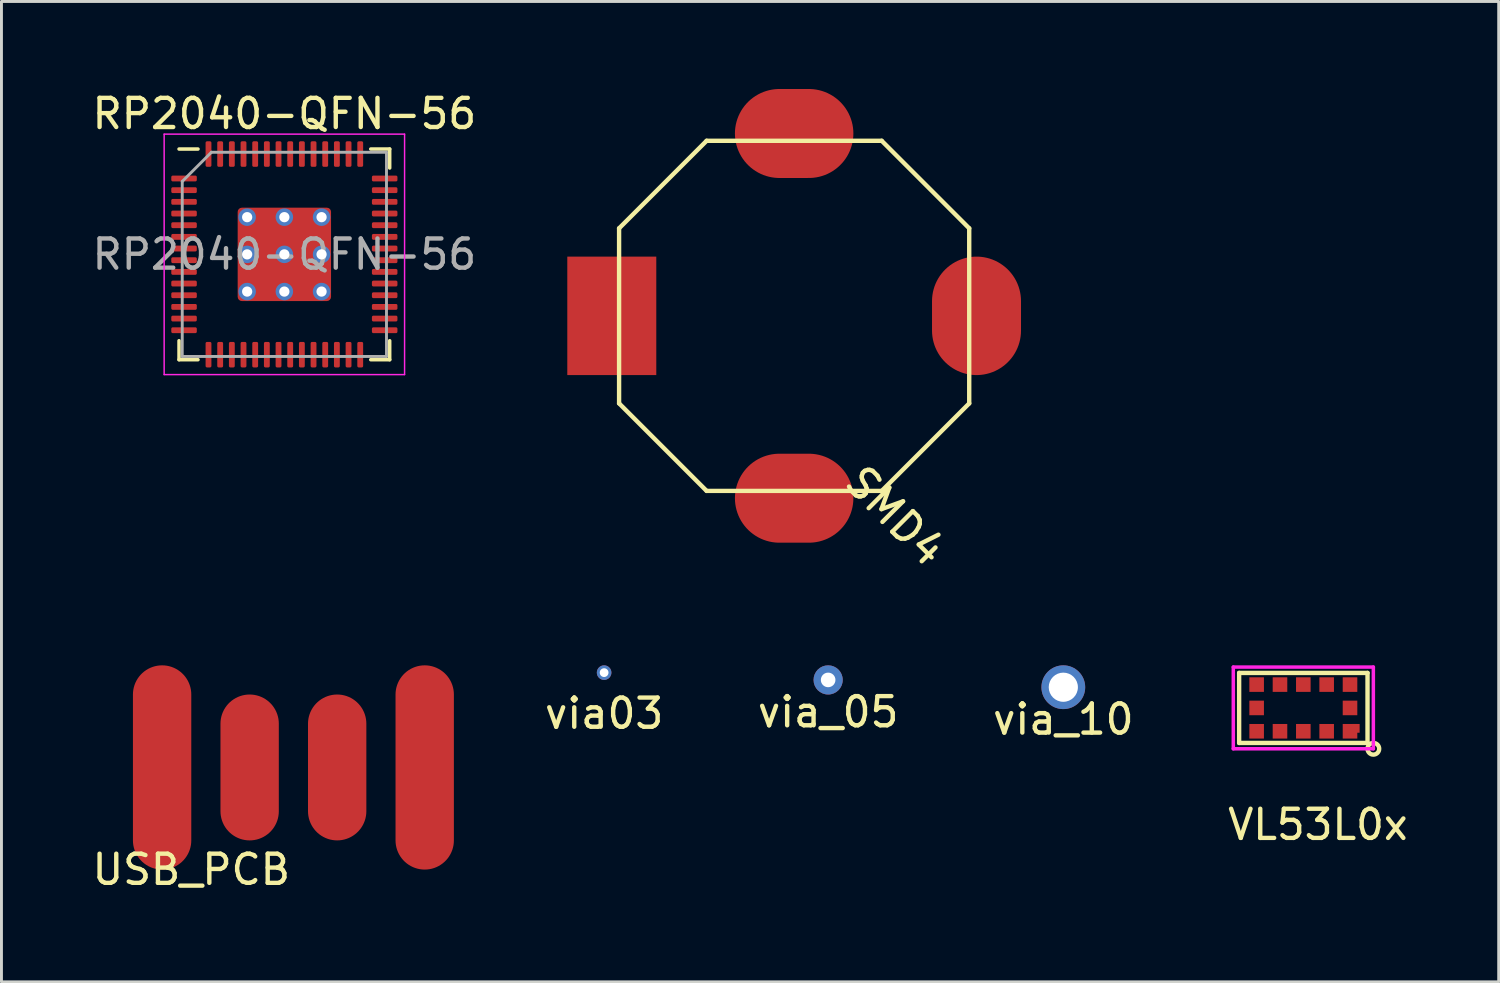
<source format=kicad_pcb>
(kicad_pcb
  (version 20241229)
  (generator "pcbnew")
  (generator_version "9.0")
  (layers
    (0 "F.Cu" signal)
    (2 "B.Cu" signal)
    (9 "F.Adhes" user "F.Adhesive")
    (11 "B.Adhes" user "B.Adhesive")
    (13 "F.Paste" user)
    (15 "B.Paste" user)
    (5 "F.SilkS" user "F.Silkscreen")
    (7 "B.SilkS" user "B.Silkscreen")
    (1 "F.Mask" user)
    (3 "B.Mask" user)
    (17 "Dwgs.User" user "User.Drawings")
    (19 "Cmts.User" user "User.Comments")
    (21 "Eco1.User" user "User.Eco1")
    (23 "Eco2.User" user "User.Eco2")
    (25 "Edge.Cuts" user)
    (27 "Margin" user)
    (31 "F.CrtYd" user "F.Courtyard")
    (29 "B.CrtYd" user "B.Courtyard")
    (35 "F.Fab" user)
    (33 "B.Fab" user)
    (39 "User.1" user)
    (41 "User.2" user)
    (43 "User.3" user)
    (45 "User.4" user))
  (footprint "VL53L0x"
    (layer "F.Cu")
    (at 41.619 21.213)
    (property "Reference" "VL53L0x" (at 0.5 4 0) (layer "F.SilkS") (effects (font (size 1 1) (thickness 0.15))))
    (attr through_hole)
    (fp_line (start -2.2 -1.2) (end 2.2 -1.2) (stroke (width 0.15) (type solid)) (layer "F.SilkS"))
    (fp_line (start -2.2 1.2) (end -2.2 -1.2) (stroke (width 0.15) (type solid)) (layer "F.SilkS"))
    (fp_line (start 2.2 -1.2) (end 2.2 1.2) (stroke (width 0.15) (type solid)) (layer "F.SilkS"))
    (fp_line (start 2.2 1.2) (end -2.2 1.2) (stroke (width 0.15) (type solid)) (layer "F.SilkS"))
    (fp_circle (center 2.4 1.4) (end 2.6 1.4) (stroke (width 0.15) (type solid)) (fill no) (layer "F.SilkS"))
    (fp_line (start -2.4 -1.4) (end 2.4 -1.4) (stroke (width 0.12) (type solid)) (layer "F.CrtYd"))
    (fp_line (start -2.4 1.4) (end -2.4 -1.4) (stroke (width 0.12) (type solid)) (layer "F.CrtYd"))
    (fp_line (start 2.4 -1.4) (end 2.4 1.4) (stroke (width 0.12) (type solid)) (layer "F.CrtYd"))
    (fp_line (start 2.4 1.4) (end -2.4 1.4) (stroke (width 0.12) (type solid)) (layer "F.CrtYd"))
    (pad "1" smd rect (at 1.6 0.8) (size 0.5 0.5) (layers "F.Cu" "F.Mask" "F.Paste"))
    (pad "1" smd rect (at 1.8 0.7) (size 0.26 0.3) (layers "F.Cu" "F.Mask" "F.Paste"))
    (pad "2" smd rect (at 0.8 0.8) (size 0.5 0.5) (layers "F.Cu" "F.Mask" "F.Paste"))
    (pad "3" smd rect (at 0 0.8) (size 0.5 0.5) (layers "F.Cu" "F.Mask" "F.Paste"))
    (pad "4" smd rect (at -0.8 0.8) (size 0.5 0.5) (layers "F.Cu" "F.Mask" "F.Paste"))
    (pad "5" smd rect (at -1.6 0.8) (size 0.5 0.5) (layers "F.Cu" "F.Mask" "F.Paste"))
    (pad "6" smd rect (at -1.6 0) (size 0.5 0.5) (layers "F.Cu" "F.Mask" "F.Paste"))
    (pad "7" smd rect (at -1.6 -0.8) (size 0.5 0.5) (layers "F.Cu" "F.Mask" "F.Paste"))
    (pad "8" smd rect (at -0.8 -0.8) (size 0.5 0.5) (layers "F.Cu" "F.Mask" "F.Paste"))
    (pad "9" smd rect (at 0 -0.8) (size 0.5 0.5) (layers "F.Cu" "F.Mask" "F.Paste"))
    (pad "10" smd rect (at 0.8 -0.8) (size 0.5 0.5) (layers "F.Cu" "F.Mask" "F.Paste"))
    (pad "11" smd rect (at 1.6 -0.8) (size 0.5 0.5) (layers "F.Cu" "F.Mask" "F.Paste"))
    (pad "12" smd rect (at 1.6 0) (size 0.5 0.5) (layers "F.Cu" "F.Mask" "F.Paste")))
  (footprint "via03"
    (layer "F.Cu")
    (at 17.655 20.003)
    (property "Reference" "via03" (at 0 1.4 0) (layer "F.SilkS") (effects (font (size 1 1) (thickness 0.15))))
    (attr through_hole)
    (pad "1" thru_hole circle (at 0 0) (size 0.5 0.5) (drill 0.3) (layers "*.Cu")))
  (footprint "via_10"
    (layer "F.Cu")
    (at 33.393 20.503)
    (property "Reference" "via_10" (at 0 1.1 0) (layer "F.SilkS") (effects (font (size 1 1) (thickness 0.15))))
    (attr through_hole)
    (pad "1" thru_hole circle (at 0 0) (size 1.5 1.5) (drill 1) (layers "*.Cu")))
  (footprint "USB_PCB"
    (layer "F.Cu")
    (at 3.506 26.253)
    (property "Reference" "USB_PCB" (at 0 0.5 0) (layer "F.SilkS") (effects (font (size 1 1) (thickness 0.15))))
    (attr through_hole)
    (pad "1" smd oval (at -1 -3) (size 2 7) (layers "F.Cu" "F.Mask" "F.Paste"))
    (pad "2" smd oval (at 2 -3) (size 2 5) (layers "F.Cu" "F.Mask" "F.Paste"))
    (pad "3" smd oval (at 5 -3) (size 2 5) (layers "F.Cu" "F.Mask" "F.Paste"))
    (pad "4" smd oval (at 8 -3) (size 2 7) (layers "F.Cu" "F.Mask" "F.Paste")))
  (footprint "via_05"
    (layer "F.Cu")
    (at 25.333 20.253)
    (property "Reference" "via_05" (at 0 1.1 0) (layer "F.SilkS") (effects (font (size 1 1) (thickness 0.15))))
    (attr through_hole)
    (pad "1" thru_hole circle (at 0 0) (size 1 1) (drill 0.5) (layers "*.Cu")))
  (footprint "SMD4"
    (layer "F.Cu")
    (at 24.168 7.775)
    (property "Reference" "SMD4" (at 3.465 6.859 135) (layer "F.SilkS") (effects (font (size 1 1) (thickness 0.15))))
    (attr through_hole)
    (fp_line (start -6 -3) (end -3 -6) (stroke (width 0.15) (type solid)) (layer "F.SilkS"))
    (fp_line (start -6 3) (end -6 -3) (stroke (width 0.15) (type solid)) (layer "F.SilkS"))
    (fp_line (start -3 -6) (end 3 -6) (stroke (width 0.15) (type solid)) (layer "F.SilkS"))
    (fp_line (start -3 6) (end -6 3) (stroke (width 0.15) (type solid)) (layer "F.SilkS"))
    (fp_line (start 3 -6) (end 6 -3) (stroke (width 0.15) (type solid)) (layer "F.SilkS"))
    (fp_line (start 3 6) (end -3 6) (stroke (width 0.15) (type solid)) (layer "F.SilkS"))
    (fp_line (start 6 -3) (end 6 3) (stroke (width 0.15) (type solid)) (layer "F.SilkS"))
    (fp_line (start 6 3) (end 3 6) (stroke (width 0.15) (type solid)) (layer "F.SilkS"))
    (pad "1" smd rect (at -6.25 0) (size 3.05 4.06) (layers "F.Cu" "F.Mask" "F.Paste"))
    (pad "2" smd oval (at 0 6.25 90) (size 3.05 4.06) (layers "F.Cu" "F.Mask" "F.Paste"))
    (pad "3" smd oval (at 6.25 0) (size 3.05 4.06) (layers "F.Cu" "F.Mask" "F.Paste"))
    (pad "4" smd oval (at 0 -6.25 90) (size 3.05 4.06) (layers "F.Cu" "F.Mask" "F.Paste")))
  (footprint "RP2040-QFN-56"
    (layer "F.Cu")
    (at 6.696 5.668)
    (property "Reference" "RP2040-QFN-56" (at 0 -4.82 0) (layer "F.SilkS") (effects (font (size 1 1) (thickness 0.15))))
    (attr smd)
    (fp_line (start -3.61 3.61) (end -3.61 2.96) (stroke (width 0.12) (type solid)) (layer "F.SilkS"))
    (fp_line (start -2.96 -3.61) (end -3.61 -3.61) (stroke (width 0.12) (type solid)) (layer "F.SilkS"))
    (fp_line (start -2.96 3.61) (end -3.61 3.61) (stroke (width 0.12) (type solid)) (layer "F.SilkS"))
    (fp_line (start 2.96 -3.61) (end 3.61 -3.61) (stroke (width 0.12) (type solid)) (layer "F.SilkS"))
    (fp_line (start 2.96 3.61) (end 3.61 3.61) (stroke (width 0.12) (type solid)) (layer "F.SilkS"))
    (fp_line (start 3.61 -3.61) (end 3.61 -2.96) (stroke (width 0.12) (type solid)) (layer "F.SilkS"))
    (fp_line (start 3.61 3.61) (end 3.61 2.96) (stroke (width 0.12) (type solid)) (layer "F.SilkS"))
    (fp_line (start -4.12 -4.12) (end -4.12 4.12) (stroke (width 0.05) (type solid)) (layer "F.CrtYd"))
    (fp_line (start -4.12 4.12) (end 4.12 4.12) (stroke (width 0.05) (type solid)) (layer "F.CrtYd"))
    (fp_line (start 4.12 -4.12) (end -4.12 -4.12) (stroke (width 0.05) (type solid)) (layer "F.CrtYd"))
    (fp_line (start 4.12 4.12) (end 4.12 -4.12) (stroke (width 0.05) (type solid)) (layer "F.CrtYd"))
    (fp_line (start -3.5 -2.5) (end -2.5 -3.5) (stroke (width 0.1) (type solid)) (layer "F.Fab"))
    (fp_line (start -3.5 3.5) (end -3.5 -2.5) (stroke (width 0.1) (type solid)) (layer "F.Fab"))
    (fp_line (start -2.5 -3.5) (end 3.5 -3.5) (stroke (width 0.1) (type solid)) (layer "F.Fab"))
    (fp_line (start 3.5 -3.5) (end 3.5 3.5) (stroke (width 0.1) (type solid)) (layer "F.Fab"))
    (fp_line (start 3.5 3.5) (end -3.5 3.5) (stroke (width 0.1) (type solid)) (layer "F.Fab"))
    (fp_text user "${REFERENCE}" (at 0 0 0) (layer "F.Fab") (effects (font (size 1 1) (thickness 0.15))))
    (pad "" smd roundrect (at -0.637 -0.637) (size 1.084 1.084) (layers "F.Paste") (roundrect_rratio 0.231))
    (pad "" smd roundrect (at -0.637 0.637) (size 1.084 1.084) (layers "F.Paste") (roundrect_rratio 0.231))
    (pad "" smd roundrect (at 0.637 -0.637) (size 1.084 1.084) (layers "F.Paste") (roundrect_rratio 0.231))
    (pad "" smd roundrect (at 0.637 0.637) (size 1.084 1.084) (layers "F.Paste") (roundrect_rratio 0.231))
    (pad "1" smd roundrect (at -3.438 -2.6) (size 0.875 0.2) (layers "F.Cu" "F.Mask" "F.Paste") (roundrect_rratio 0.25))
    (pad "2" smd roundrect (at -3.438 -2.2) (size 0.875 0.2) (layers "F.Cu" "F.Mask" "F.Paste") (roundrect_rratio 0.25))
    (pad "3" smd roundrect (at -3.438 -1.8) (size 0.875 0.2) (layers "F.Cu" "F.Mask" "F.Paste") (roundrect_rratio 0.25))
    (pad "4" smd roundrect (at -3.438 -1.4) (size 0.875 0.2) (layers "F.Cu" "F.Mask" "F.Paste") (roundrect_rratio 0.25))
    (pad "5" smd roundrect (at -3.438 -1) (size 0.875 0.2) (layers "F.Cu" "F.Mask" "F.Paste") (roundrect_rratio 0.25))
    (pad "6" smd roundrect (at -3.438 -0.6) (size 0.875 0.2) (layers "F.Cu" "F.Mask" "F.Paste") (roundrect_rratio 0.25))
    (pad "7" smd roundrect (at -3.438 -0.2) (size 0.875 0.2) (layers "F.Cu" "F.Mask" "F.Paste") (roundrect_rratio 0.25))
    (pad "8" smd roundrect (at -3.438 0.2) (size 0.875 0.2) (layers "F.Cu" "F.Mask" "F.Paste") (roundrect_rratio 0.25))
    (pad "9" smd roundrect (at -3.438 0.6) (size 0.875 0.2) (layers "F.Cu" "F.Mask" "F.Paste") (roundrect_rratio 0.25))
    (pad "10" smd roundrect (at -3.438 1) (size 0.875 0.2) (layers "F.Cu" "F.Mask" "F.Paste") (roundrect_rratio 0.25))
    (pad "11" smd roundrect (at -3.438 1.4) (size 0.875 0.2) (layers "F.Cu" "F.Mask" "F.Paste") (roundrect_rratio 0.25))
    (pad "12" smd roundrect (at -3.438 1.8) (size 0.875 0.2) (layers "F.Cu" "F.Mask" "F.Paste") (roundrect_rratio 0.25))
    (pad "13" smd roundrect (at -3.438 2.2) (size 0.875 0.2) (layers "F.Cu" "F.Mask" "F.Paste") (roundrect_rratio 0.25))
    (pad "14" smd roundrect (at -3.438 2.6) (size 0.875 0.2) (layers "F.Cu" "F.Mask" "F.Paste") (roundrect_rratio 0.25))
    (pad "15" smd roundrect (at -2.6 3.438) (size 0.2 0.875) (layers "F.Cu" "F.Mask" "F.Paste") (roundrect_rratio 0.25))
    (pad "16" smd roundrect (at -2.2 3.438) (size 0.2 0.875) (layers "F.Cu" "F.Mask" "F.Paste") (roundrect_rratio 0.25))
    (pad "17" smd roundrect (at -1.8 3.438) (size 0.2 0.875) (layers "F.Cu" "F.Mask" "F.Paste") (roundrect_rratio 0.25))
    (pad "18" smd roundrect (at -1.4 3.438) (size 0.2 0.875) (layers "F.Cu" "F.Mask" "F.Paste") (roundrect_rratio 0.25))
    (pad "19" smd roundrect (at -1 3.438) (size 0.2 0.875) (layers "F.Cu" "F.Mask" "F.Paste") (roundrect_rratio 0.25))
    (pad "20" smd roundrect (at -0.6 3.438) (size 0.2 0.875) (layers "F.Cu" "F.Mask" "F.Paste") (roundrect_rratio 0.25))
    (pad "21" smd roundrect (at -0.2 3.438) (size 0.2 0.875) (layers "F.Cu" "F.Mask" "F.Paste") (roundrect_rratio 0.25))
    (pad "22" smd roundrect (at 0.2 3.438) (size 0.2 0.875) (layers "F.Cu" "F.Mask" "F.Paste") (roundrect_rratio 0.25))
    (pad "23" smd roundrect (at 0.6 3.438) (size 0.2 0.875) (layers "F.Cu" "F.Mask" "F.Paste") (roundrect_rratio 0.25))
    (pad "24" smd roundrect (at 1 3.438) (size 0.2 0.875) (layers "F.Cu" "F.Mask" "F.Paste") (roundrect_rratio 0.25))
    (pad "25" smd roundrect (at 1.4 3.438) (size 0.2 0.875) (layers "F.Cu" "F.Mask" "F.Paste") (roundrect_rratio 0.25))
    (pad "26" smd roundrect (at 1.8 3.438) (size 0.2 0.875) (layers "F.Cu" "F.Mask" "F.Paste") (roundrect_rratio 0.25))
    (pad "27" smd roundrect (at 2.2 3.438) (size 0.2 0.875) (layers "F.Cu" "F.Mask" "F.Paste") (roundrect_rratio 0.25))
    (pad "28" smd roundrect (at 2.6 3.438) (size 0.2 0.875) (layers "F.Cu" "F.Mask" "F.Paste") (roundrect_rratio 0.25))
    (pad "29" smd roundrect (at 3.438 2.6) (size 0.875 0.2) (layers "F.Cu" "F.Mask" "F.Paste") (roundrect_rratio 0.25))
    (pad "30" smd roundrect (at 3.438 2.2) (size 0.875 0.2) (layers "F.Cu" "F.Mask" "F.Paste") (roundrect_rratio 0.25))
    (pad "31" smd roundrect (at 3.438 1.8) (size 0.875 0.2) (layers "F.Cu" "F.Mask" "F.Paste") (roundrect_rratio 0.25))
    (pad "32" smd roundrect (at 3.438 1.4) (size 0.875 0.2) (layers "F.Cu" "F.Mask" "F.Paste") (roundrect_rratio 0.25))
    (pad "33" smd roundrect (at 3.438 1) (size 0.875 0.2) (layers "F.Cu" "F.Mask" "F.Paste") (roundrect_rratio 0.25))
    (pad "34" smd roundrect (at 3.438 0.6) (size 0.875 0.2) (layers "F.Cu" "F.Mask" "F.Paste") (roundrect_rratio 0.25))
    (pad "35" smd roundrect (at 3.438 0.2) (size 0.875 0.2) (layers "F.Cu" "F.Mask" "F.Paste") (roundrect_rratio 0.25))
    (pad "36" smd roundrect (at 3.438 -0.2) (size 0.875 0.2) (layers "F.Cu" "F.Mask" "F.Paste") (roundrect_rratio 0.25))
    (pad "37" smd roundrect (at 3.438 -0.6) (size 0.875 0.2) (layers "F.Cu" "F.Mask" "F.Paste") (roundrect_rratio 0.25))
    (pad "38" smd roundrect (at 3.438 -1) (size 0.875 0.2) (layers "F.Cu" "F.Mask" "F.Paste") (roundrect_rratio 0.25))
    (pad "39" smd roundrect (at 3.438 -1.4) (size 0.875 0.2) (layers "F.Cu" "F.Mask" "F.Paste") (roundrect_rratio 0.25))
    (pad "40" smd roundrect (at 3.438 -1.8) (size 0.875 0.2) (layers "F.Cu" "F.Mask" "F.Paste") (roundrect_rratio 0.25))
    (pad "41" smd roundrect (at 3.438 -2.2) (size 0.875 0.2) (layers "F.Cu" "F.Mask" "F.Paste") (roundrect_rratio 0.25))
    (pad "42" smd roundrect (at 3.438 -2.6) (size 0.875 0.2) (layers "F.Cu" "F.Mask" "F.Paste") (roundrect_rratio 0.25))
    (pad "43" smd roundrect (at 2.6 -3.438) (size 0.2 0.875) (layers "F.Cu" "F.Mask" "F.Paste") (roundrect_rratio 0.25))
    (pad "44" smd roundrect (at 2.2 -3.438) (size 0.2 0.875) (layers "F.Cu" "F.Mask" "F.Paste") (roundrect_rratio 0.25))
    (pad "45" smd roundrect (at 1.8 -3.438) (size 0.2 0.875) (layers "F.Cu" "F.Mask" "F.Paste") (roundrect_rratio 0.25))
    (pad "46" smd roundrect (at 1.4 -3.438) (size 0.2 0.875) (layers "F.Cu" "F.Mask" "F.Paste") (roundrect_rratio 0.25))
    (pad "47" smd roundrect (at 1 -3.438) (size 0.2 0.875) (layers "F.Cu" "F.Mask" "F.Paste") (roundrect_rratio 0.25))
    (pad "48" smd roundrect (at 0.6 -3.438) (size 0.2 0.875) (layers "F.Cu" "F.Mask" "F.Paste") (roundrect_rratio 0.25))
    (pad "49" smd roundrect (at 0.2 -3.438) (size 0.2 0.875) (layers "F.Cu" "F.Mask" "F.Paste") (roundrect_rratio 0.25))
    (pad "50" smd roundrect (at -0.2 -3.438) (size 0.2 0.875) (layers "F.Cu" "F.Mask" "F.Paste") (roundrect_rratio 0.25))
    (pad "51" smd roundrect (at -0.6 -3.438) (size 0.2 0.875) (layers "F.Cu" "F.Mask" "F.Paste") (roundrect_rratio 0.25))
    (pad "52" smd roundrect (at -1 -3.438) (size 0.2 0.875) (layers "F.Cu" "F.Mask" "F.Paste") (roundrect_rratio 0.25))
    (pad "53" smd roundrect (at -1.4 -3.438) (size 0.2 0.875) (layers "F.Cu" "F.Mask" "F.Paste") (roundrect_rratio 0.25))
    (pad "54" smd roundrect (at -1.8 -3.438) (size 0.2 0.875) (layers "F.Cu" "F.Mask" "F.Paste") (roundrect_rratio 0.25))
    (pad "55" smd roundrect (at -2.2 -3.438) (size 0.2 0.875) (layers "F.Cu" "F.Mask" "F.Paste") (roundrect_rratio 0.25))
    (pad "56" smd roundrect (at -2.6 -3.438) (size 0.2 0.875) (layers "F.Cu" "F.Mask" "F.Paste") (roundrect_rratio 0.25))
    (pad "57" thru_hole circle (at -1.275 -1.275) (size 0.6 0.6) (drill 0.35) (layers "*.Cu"))
    (pad "57" thru_hole circle (at -1.275 0) (size 0.6 0.6) (drill 0.35) (layers "*.Cu"))
    (pad "57" thru_hole circle (at -1.275 1.275) (size 0.6 0.6) (drill 0.35) (layers "*.Cu"))
    (pad "57" thru_hole circle (at 0 -1.275) (size 0.6 0.6) (drill 0.35) (layers "*.Cu"))
    (pad "57" thru_hole circle (at 0 0) (size 0.6 0.6) (drill 0.35) (layers "*.Cu"))
    (pad "57" smd roundrect (at 0 0) (size 3.2 3.2) (layers "F.Cu" "F.Mask") (roundrect_rratio 0.045))
    (pad "57" thru_hole circle (at 0 1.275) (size 0.6 0.6) (drill 0.35) (layers "*.Cu"))
    (pad "57" thru_hole circle (at 1.275 -1.275) (size 0.6 0.6) (drill 0.35) (layers "*.Cu"))
    (pad "57" thru_hole circle (at 1.275 0) (size 0.6 0.6) (drill 0.35) (layers "*.Cu"))
    (pad "57" thru_hole circle (at 1.275 1.275) (size 0.6 0.6) (drill 0.35) (layers "*.Cu")))
  (gr_rect
    (start -3 -3)
    (end 48.315 30.601)
    (stroke (width 0.1) (type default))
    (fill no)
    (layer "Edge.Cuts")))
</source>
